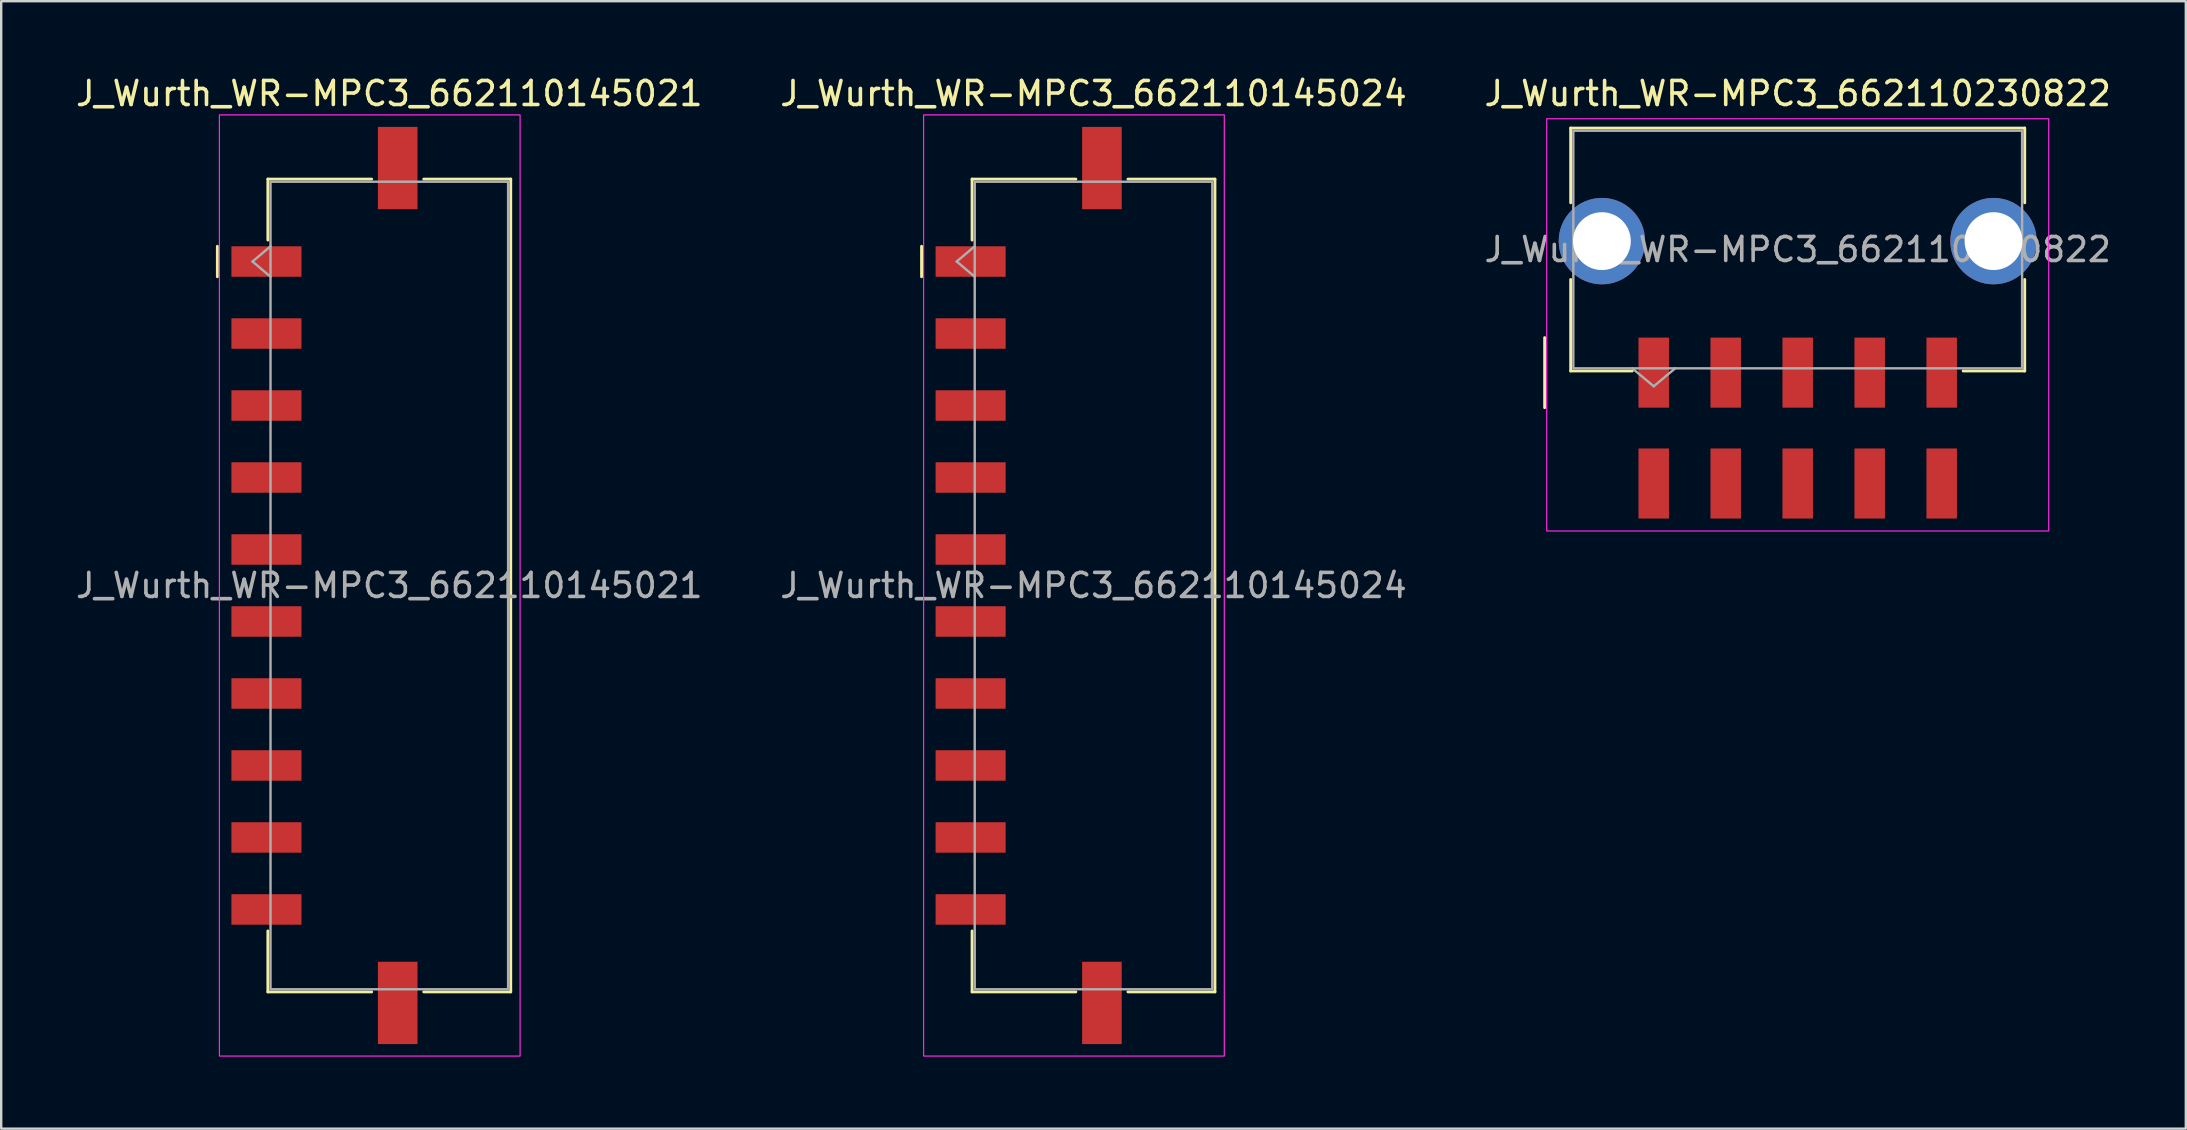
<source format=kicad_pcb>
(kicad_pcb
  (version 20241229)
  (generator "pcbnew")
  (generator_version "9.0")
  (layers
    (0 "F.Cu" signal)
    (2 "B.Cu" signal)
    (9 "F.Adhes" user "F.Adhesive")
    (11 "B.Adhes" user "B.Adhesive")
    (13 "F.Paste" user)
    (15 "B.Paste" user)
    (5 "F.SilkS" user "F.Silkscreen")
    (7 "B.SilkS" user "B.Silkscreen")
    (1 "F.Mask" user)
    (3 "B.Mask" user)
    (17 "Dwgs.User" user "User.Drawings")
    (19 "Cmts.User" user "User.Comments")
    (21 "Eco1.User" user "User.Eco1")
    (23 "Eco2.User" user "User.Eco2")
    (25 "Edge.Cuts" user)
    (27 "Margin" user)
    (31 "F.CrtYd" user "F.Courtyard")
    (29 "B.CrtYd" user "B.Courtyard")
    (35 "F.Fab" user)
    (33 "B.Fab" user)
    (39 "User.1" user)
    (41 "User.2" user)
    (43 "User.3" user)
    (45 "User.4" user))
  (footprint "J_Wurth_WR-MPC3_662110145024"
    (layer "F.Cu")
    (at 42.518 21.348)
    (property "Reference" "J_Wurth_WR-MPC3_662110145024" (at 0 -20.5 0) (unlocked yes) (layer "F.SilkS") (effects (font (size 1 1) (thickness 0.15))))
    (attr smd)
    (fp_line (start -7.165 -14.135) (end -7.165 -12.865) (stroke (width 0.12) (type solid)) (layer "F.SilkS"))
    (fp_line (start -5.06 -14.395) (end -5.06 -16.935) (stroke (width 0.12) (type default)) (layer "F.SilkS"))
    (fp_line (start -5.06 16.935) (end -5.06 14.395) (stroke (width 0.12) (type default)) (layer "F.SilkS"))
    (fp_line (start -0.735 -16.935) (end -5.06 -16.935) (stroke (width 0.12) (type default)) (layer "F.SilkS"))
    (fp_line (start -0.735 16.935) (end -5.06 16.935) (stroke (width 0.12) (type default)) (layer "F.SilkS"))
    (fp_line (start 5.06 -16.935) (end 1.435 -16.935) (stroke (width 0.12) (type solid)) (layer "F.SilkS"))
    (fp_line (start 5.06 -16.935) (end 5.06 16.935) (stroke (width 0.12) (type solid)) (layer "F.SilkS"))
    (fp_line (start 5.06 16.935) (end 1.435 16.935) (stroke (width 0.12) (type solid)) (layer "F.SilkS"))
    (fp_rect (start -7.08 -19.61) (end 5.45 19.61) (stroke (width 0.05) (type solid)) (fill no) (layer "F.CrtYd"))
    (fp_line (start -5.7 -13.5) (end -4.95 -14.135) (stroke (width 0.1) (type solid)) (layer "F.Fab"))
    (fp_line (start -5.7 -13.5) (end -4.95 -12.865) (stroke (width 0.1) (type solid)) (layer "F.Fab"))
    (fp_rect (start -4.95 -16.825) (end 4.95 16.825) (stroke (width 0.1) (type solid)) (fill no) (layer "F.Fab"))
    (fp_text user "${REFERENCE}" (at 0 0 0) (unlocked yes) (layer "F.Fab") (effects (font (size 1 1) (thickness 0.15))))
    (pad "1" smd rect (at -5.12 -13.5 90) (size 1.27 2.92) (layers "F.Cu" "F.Mask" "F.Paste"))
    (pad "2" smd rect (at -5.12 -10.5 90) (size 1.27 2.92) (layers "F.Cu" "F.Mask" "F.Paste"))
    (pad "3" smd rect (at -5.12 -7.5 90) (size 1.27 2.92) (layers "F.Cu" "F.Mask" "F.Paste"))
    (pad "4" smd rect (at -5.12 -4.5 90) (size 1.27 2.92) (layers "F.Cu" "F.Mask" "F.Paste"))
    (pad "5" smd rect (at -5.12 -1.5 90) (size 1.27 2.92) (layers "F.Cu" "F.Mask" "F.Paste"))
    (pad "6" smd rect (at -5.12 1.5 90) (size 1.27 2.92) (layers "F.Cu" "F.Mask" "F.Paste"))
    (pad "7" smd rect (at -5.12 4.5 90) (size 1.27 2.92) (layers "F.Cu" "F.Mask" "F.Paste"))
    (pad "8" smd rect (at -5.12 7.5 90) (size 1.27 2.92) (layers "F.Cu" "F.Mask" "F.Paste"))
    (pad "9" smd rect (at -5.12 10.5 90) (size 1.27 2.92) (layers "F.Cu" "F.Mask" "F.Paste"))
    (pad "10" smd rect (at -5.12 13.5 90) (size 1.27 2.92) (layers "F.Cu" "F.Mask" "F.Paste"))
    (pad "MP1" smd rect (at 0.35 17.395 90) (size 3.43 1.65) (layers "F.Cu" "F.Mask" "F.Paste"))
    (pad "MP2" smd rect (at 0.35 -17.395 90) (size 3.43 1.65) (layers "F.Cu" "F.Mask" "F.Paste")))
  (footprint "J_Wurth_WR-MPC3_662110145021"
    (layer "F.Cu")
    (at 13.173 21.348)
    (property "Reference" "J_Wurth_WR-MPC3_662110145021" (at 0 -20.5 0) (unlocked yes) (layer "F.SilkS") (effects (font (size 1 1) (thickness 0.15))))
    (attr smd)
    (fp_line (start -7.165 -14.135) (end -7.165 -12.865) (stroke (width 0.12) (type solid)) (layer "F.SilkS"))
    (fp_line (start -5.06 -14.395) (end -5.06 -16.935) (stroke (width 0.12) (type default)) (layer "F.SilkS"))
    (fp_line (start -5.06 16.935) (end -5.06 14.395) (stroke (width 0.12) (type default)) (layer "F.SilkS"))
    (fp_line (start -0.735 -16.935) (end -5.06 -16.935) (stroke (width 0.12) (type default)) (layer "F.SilkS"))
    (fp_line (start -0.735 16.935) (end -5.06 16.935) (stroke (width 0.12) (type default)) (layer "F.SilkS"))
    (fp_line (start 5.06 -16.935) (end 1.435 -16.935) (stroke (width 0.12) (type solid)) (layer "F.SilkS"))
    (fp_line (start 5.06 -16.935) (end 5.06 16.935) (stroke (width 0.12) (type solid)) (layer "F.SilkS"))
    (fp_line (start 5.06 16.935) (end 1.435 16.935) (stroke (width 0.12) (type solid)) (layer "F.SilkS"))
    (fp_rect (start -7.08 -19.61) (end 5.45 19.61) (stroke (width 0.05) (type solid)) (fill no) (layer "F.CrtYd"))
    (fp_line (start -5.7 -13.5) (end -4.95 -14.135) (stroke (width 0.1) (type solid)) (layer "F.Fab"))
    (fp_line (start -5.7 -13.5) (end -4.95 -12.865) (stroke (width 0.1) (type solid)) (layer "F.Fab"))
    (fp_rect (start -4.95 -16.825) (end 4.95 16.825) (stroke (width 0.1) (type solid)) (fill no) (layer "F.Fab"))
    (fp_text user "${REFERENCE}" (at 0 0 0) (unlocked yes) (layer "F.Fab") (effects (font (size 1 1) (thickness 0.15))))
    (pad "1" smd rect (at -5.12 -13.5 90) (size 1.27 2.92) (layers "F.Cu" "F.Mask" "F.Paste"))
    (pad "2" smd rect (at -5.12 -10.5 90) (size 1.27 2.92) (layers "F.Cu" "F.Mask" "F.Paste"))
    (pad "3" smd rect (at -5.12 -7.5 90) (size 1.27 2.92) (layers "F.Cu" "F.Mask" "F.Paste"))
    (pad "4" smd rect (at -5.12 -4.5 90) (size 1.27 2.92) (layers "F.Cu" "F.Mask" "F.Paste"))
    (pad "5" smd rect (at -5.12 -1.5 90) (size 1.27 2.92) (layers "F.Cu" "F.Mask" "F.Paste"))
    (pad "6" smd rect (at -5.12 1.5 90) (size 1.27 2.92) (layers "F.Cu" "F.Mask" "F.Paste"))
    (pad "7" smd rect (at -5.12 4.5 90) (size 1.27 2.92) (layers "F.Cu" "F.Mask" "F.Paste"))
    (pad "8" smd rect (at -5.12 7.5 90) (size 1.27 2.92) (layers "F.Cu" "F.Mask" "F.Paste"))
    (pad "9" smd rect (at -5.12 10.5 90) (size 1.27 2.92) (layers "F.Cu" "F.Mask" "F.Paste"))
    (pad "10" smd rect (at -5.12 13.5 90) (size 1.27 2.92) (layers "F.Cu" "F.Mask" "F.Paste"))
    (pad "MP1" smd rect (at 0.35 17.395 90) (size 3.43 1.65) (layers "F.Cu" "F.Mask" "F.Paste"))
    (pad "MP2" smd rect (at 0.35 -17.395 90) (size 3.43 1.65) (layers "F.Cu" "F.Mask" "F.Paste")))
  (footprint "J_Wurth_WR-MPC3_662110230822"
    (layer "F.Cu")
    (at 71.863 7.348)
    (property "Reference" "J_Wurth_WR-MPC3_662110230822" (at 0 -6.5 0) (unlocked yes) (layer "F.SilkS") (effects (font (size 1 1) (thickness 0.15))))
    (attr smd)
    (fp_line (start -10.545 6.59) (end -10.545 3.67) (stroke (width 0.12) (type solid)) (layer "F.SilkS"))
    (fp_line (start -9.46 -5.06) (end -9.46 -1.948) (stroke (width 0.12) (type default)) (layer "F.SilkS"))
    (fp_line (start -9.46 -5.06) (end 9.46 -5.06) (stroke (width 0.12) (type default)) (layer "F.SilkS"))
    (fp_line (start -9.46 1.248) (end -9.46 5.06) (stroke (width 0.12) (type default)) (layer "F.SilkS"))
    (fp_line (start -6.895 5.06) (end -9.46 5.06) (stroke (width 0.12) (type solid)) (layer "F.SilkS"))
    (fp_line (start 9.46 -5.06) (end 9.46 -1.948) (stroke (width 0.12) (type default)) (layer "F.SilkS"))
    (fp_line (start 9.46 1.248) (end 9.46 5.06) (stroke (width 0.12) (type default)) (layer "F.SilkS"))
    (fp_line (start 9.46 5.06) (end 6.895 5.06) (stroke (width 0.12) (type solid)) (layer "F.SilkS"))
    (fp_rect (start -10.46 -5.45) (end 10.46 11.73) (stroke (width 0.05) (type solid)) (fill no) (layer "F.CrtYd"))
    (fp_line (start -6 5.7) (end -6.895 4.95) (stroke (width 0.1) (type solid)) (layer "F.Fab"))
    (fp_line (start -6 5.7) (end -5.105 4.95) (stroke (width 0.1) (type solid)) (layer "F.Fab"))
    (fp_rect (start -9.35 -4.95) (end 9.35 4.95) (stroke (width 0.1) (type solid)) (fill no) (layer "F.Fab"))
    (fp_text user "${REFERENCE}" (at 0 0 0) (unlocked yes) (layer "F.Fab") (effects (font (size 1 1) (thickness 0.15))))
    (pad "1" smd rect (at -6 5.13 180) (size 1.27 2.92) (layers "F.Cu" "F.Mask" "F.Paste"))
    (pad "2" smd rect (at -3 5.13 180) (size 1.27 2.92) (layers "F.Cu" "F.Mask" "F.Paste"))
    (pad "3" smd rect (at 0 5.13 180) (size 1.27 2.92) (layers "F.Cu" "F.Mask" "F.Paste"))
    (pad "4" smd rect (at 3 5.13 180) (size 1.27 2.92) (layers "F.Cu" "F.Mask" "F.Paste"))
    (pad "5" smd rect (at 6 5.13 180) (size 1.27 2.92) (layers "F.Cu" "F.Mask" "F.Paste"))
    (pad "6" smd rect (at -6 9.75 180) (size 1.27 2.92) (layers "F.Cu" "F.Mask" "F.Paste"))
    (pad "7" smd rect (at -3 9.75 180) (size 1.27 2.92) (layers "F.Cu" "F.Mask" "F.Paste"))
    (pad "8" smd rect (at 0 9.75 180) (size 1.27 2.92) (layers "F.Cu" "F.Mask" "F.Paste"))
    (pad "9" smd rect (at 3 9.75 180) (size 1.27 2.92) (layers "F.Cu" "F.Mask" "F.Paste"))
    (pad "10" smd rect (at 6 9.75 180) (size 1.27 2.92) (layers "F.Cu" "F.Mask" "F.Paste"))
    (pad "MP1" thru_hole circle (at 8.16 -0.35 180) (size 3.6 3.6) (drill 2.41) (layers "*.Cu" "*.Mask"))
    (pad "MP2" thru_hole circle (at -8.16 -0.35 180) (size 3.6 3.6) (drill 2.41) (layers "*.Cu" "*.Mask")))
  (gr_rect
    (start -3 -3)
    (end 88.036 43.983)
    (stroke (width 0.1) (type default))
    (fill no)
    (layer "Edge.Cuts")))
</source>
